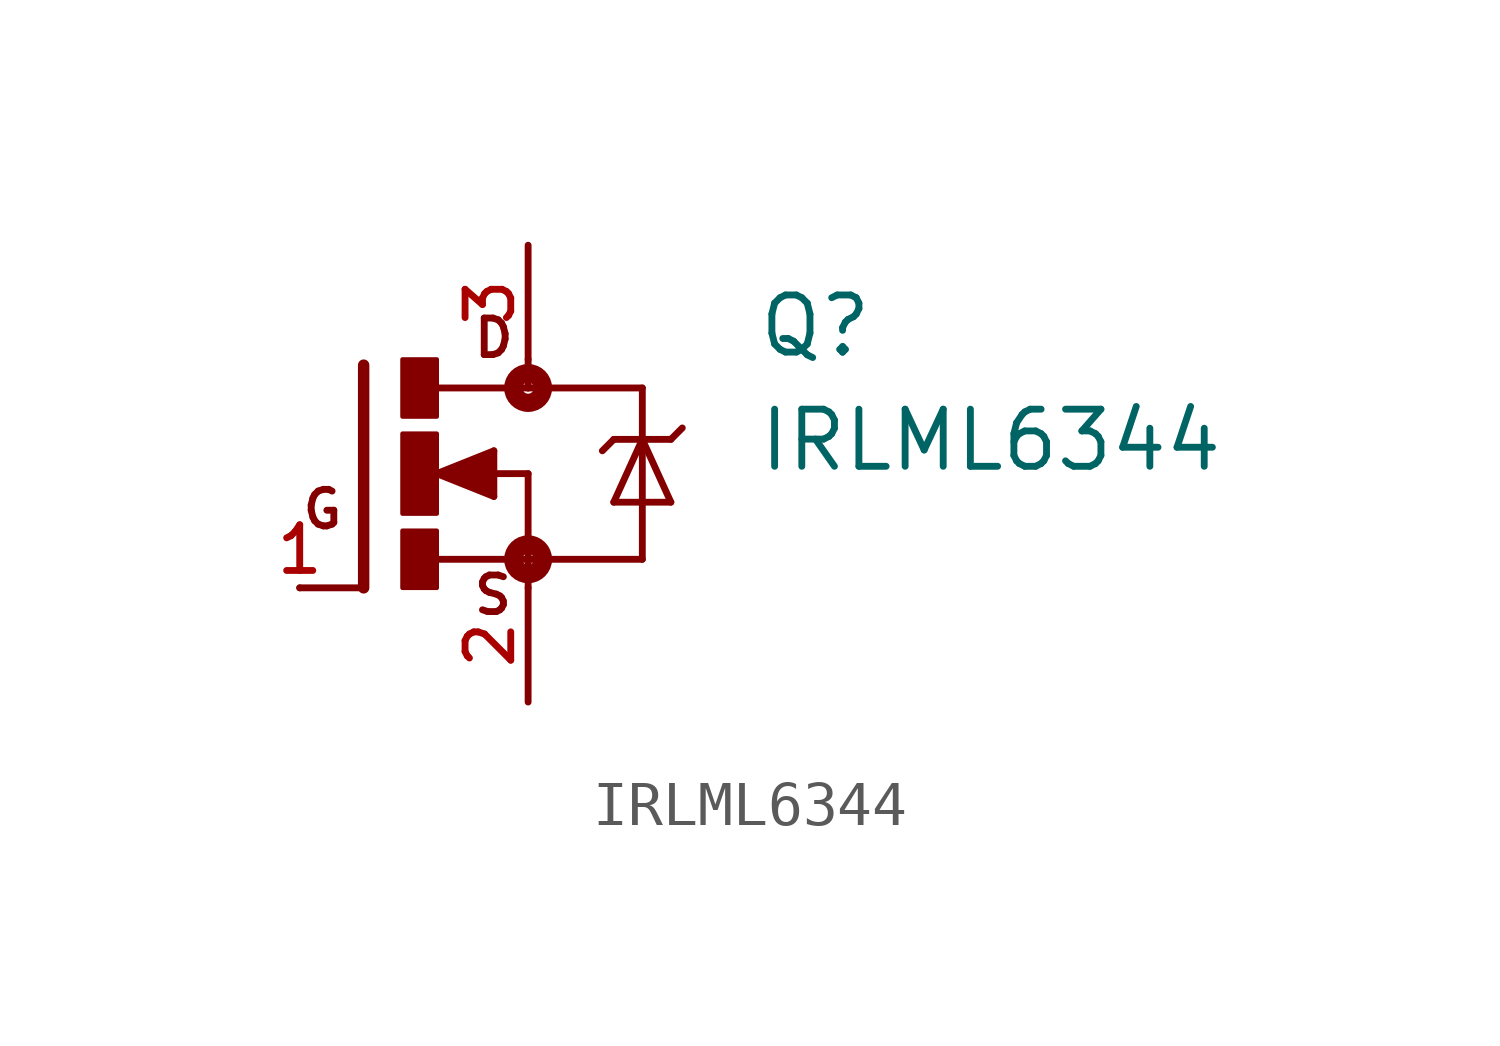
<source format=kicad_sym>
(kicad_symbol_lib
  (version 20211014)
  (generator kicad_symbol_editor)
  (symbol "IRLML6344"
    (pin_names
      (offset 1.016))
    (property "Reference" "Q"
      (at 7.62 2.54 0)
      (effects (font (size 1.27 1.27)) (justify bottom left)))
    (property "Value" "IRLML6344"
      (at 7.62 0.0 0)
      (effects (font (size 1.27 1.27)) (justify bottom left)))
    (symbol "IRLML6344_0_0"
      (polyline (pts (xy -1.118 2.413) (xy -1.118 -2.54)) (stroke (width 0.254)))
      (polyline (pts (xy -1.118 -2.54) (xy -2.54 -2.54)) (stroke (width 0.152)))
      (polyline (pts (xy 2.54 1.905) (xy 0.533 1.905)) (stroke (width 0.152)))
      (polyline (pts (xy 2.54 0.0) (xy 2.54 -1.905)) (stroke (width 0.152)))
      (polyline (pts (xy 0.508 -1.905) (xy 2.54 -1.905)) (stroke (width 0.152)))
      (polyline (pts (xy 2.54 2.54) (xy 2.54 1.905)) (stroke (width 0.152)))
      (polyline (pts (xy 2.54 1.905) (xy 5.08 1.905)) (stroke (width 0.152)))
      (polyline (pts (xy 5.08 1.905) (xy 5.08 0.762)) (stroke (width 0.152)))
      (polyline (pts (xy 5.08 0.762) (xy 5.08 -1.905)) (stroke (width 0.152)))
      (polyline (pts (xy 5.08 -1.905) (xy 2.54 -1.905)) (stroke (width 0.152)))
      (polyline (pts (xy 2.54 -1.905) (xy 2.54 -2.54)) (stroke (width 0.152)))
      (polyline (pts (xy 5.08 0.762) (xy 4.445 -0.635)) (stroke (width 0.152)))
      (polyline (pts (xy 4.445 -0.635) (xy 5.715 -0.635)) (stroke (width 0.152)))
      (polyline (pts (xy 5.715 -0.635) (xy 5.08 0.762)) (stroke (width 0.152)))
      (polyline (pts (xy 4.445 0.762) (xy 5.08 0.762)) (stroke (width 0.152)))
      (polyline (pts (xy 5.08 0.762) (xy 5.715 0.762)) (stroke (width 0.152)))
      (polyline (pts (xy 5.715 0.762) (xy 5.969 1.016)) (stroke (width 0.152)))
      (polyline (pts (xy 4.445 0.762) (xy 4.191 0.508)) (stroke (width 0.152)))
      (polyline (pts (xy 0.508 0.0) (xy 1.778 -0.508)) (stroke (width 0.152)))
      (polyline (pts (xy 1.778 -0.508) (xy 1.778 0.508)) (stroke (width 0.152)))
      (polyline (pts (xy 1.778 0.508) (xy 0.508 0.0)) (stroke (width 0.152)))
      (polyline (pts (xy 1.651 0.0) (xy 2.54 0.0)) (stroke (width 0.152)))
      (polyline (pts (xy 1.651 0.254) (xy 0.762 0.0)) (stroke (width 0.305)))
      (polyline (pts (xy 0.762 0.0) (xy 1.651 -0.254)) (stroke (width 0.305)))
      (polyline (pts (xy 1.651 -0.254) (xy 1.651 0.0)) (stroke (width 0.305)))
      (polyline (pts (xy 1.651 0.0) (xy 1.397 0.0)) (stroke (width 0.305)))
      (circle (center 2.54 -1.905) (radius 0.127) (stroke (width 0.406)) (fill (type none)))
      (circle (center 2.54 1.905) (radius 0.127) (stroke (width 0.406)) (fill (type none)))
      (text "D" (at 1.27 2.54 0) (effects (font (size 0.813 0.813)) (justify bottom left)))
      (text "S" (at 1.27 -3.175 0) (effects (font (size 0.813 0.813)) (justify bottom left)))
      (text "G" (at -2.54 -1.27 0) (effects (font (size 0.813 0.813)) (justify bottom left)))
      (rectangle (start -0.254 -2.54) (end 0.508 -1.27) (stroke (width 0.1)) (fill (type outline)))
      (rectangle (start -0.254 1.27) (end 0.508 2.54) (stroke (width 0.1)) (fill (type outline)))
      (rectangle (start -0.254 -0.889) (end 0.508 0.889) (stroke (width 0.1)) (fill (type outline)))
      (pin passive line (at -2.54 -2.54 0) (length 0) (name "~" (effects (font (size 1.016 1.016)))) (number "1" (effects (font (size 1.016 1.016)))))
      (pin passive line (at 2.54 5.08 270.0) (length 2.54) (name "~" (effects (font (size 1.016 1.016)))) (number "3" (effects (font (size 1.016 1.016)))))
      (pin passive line (at 2.54 -5.08 90.0) (length 2.54) (name "~" (effects (font (size 1.016 1.016)))) (number "2" (effects (font (size 1.016 1.016))))))))
</source>
